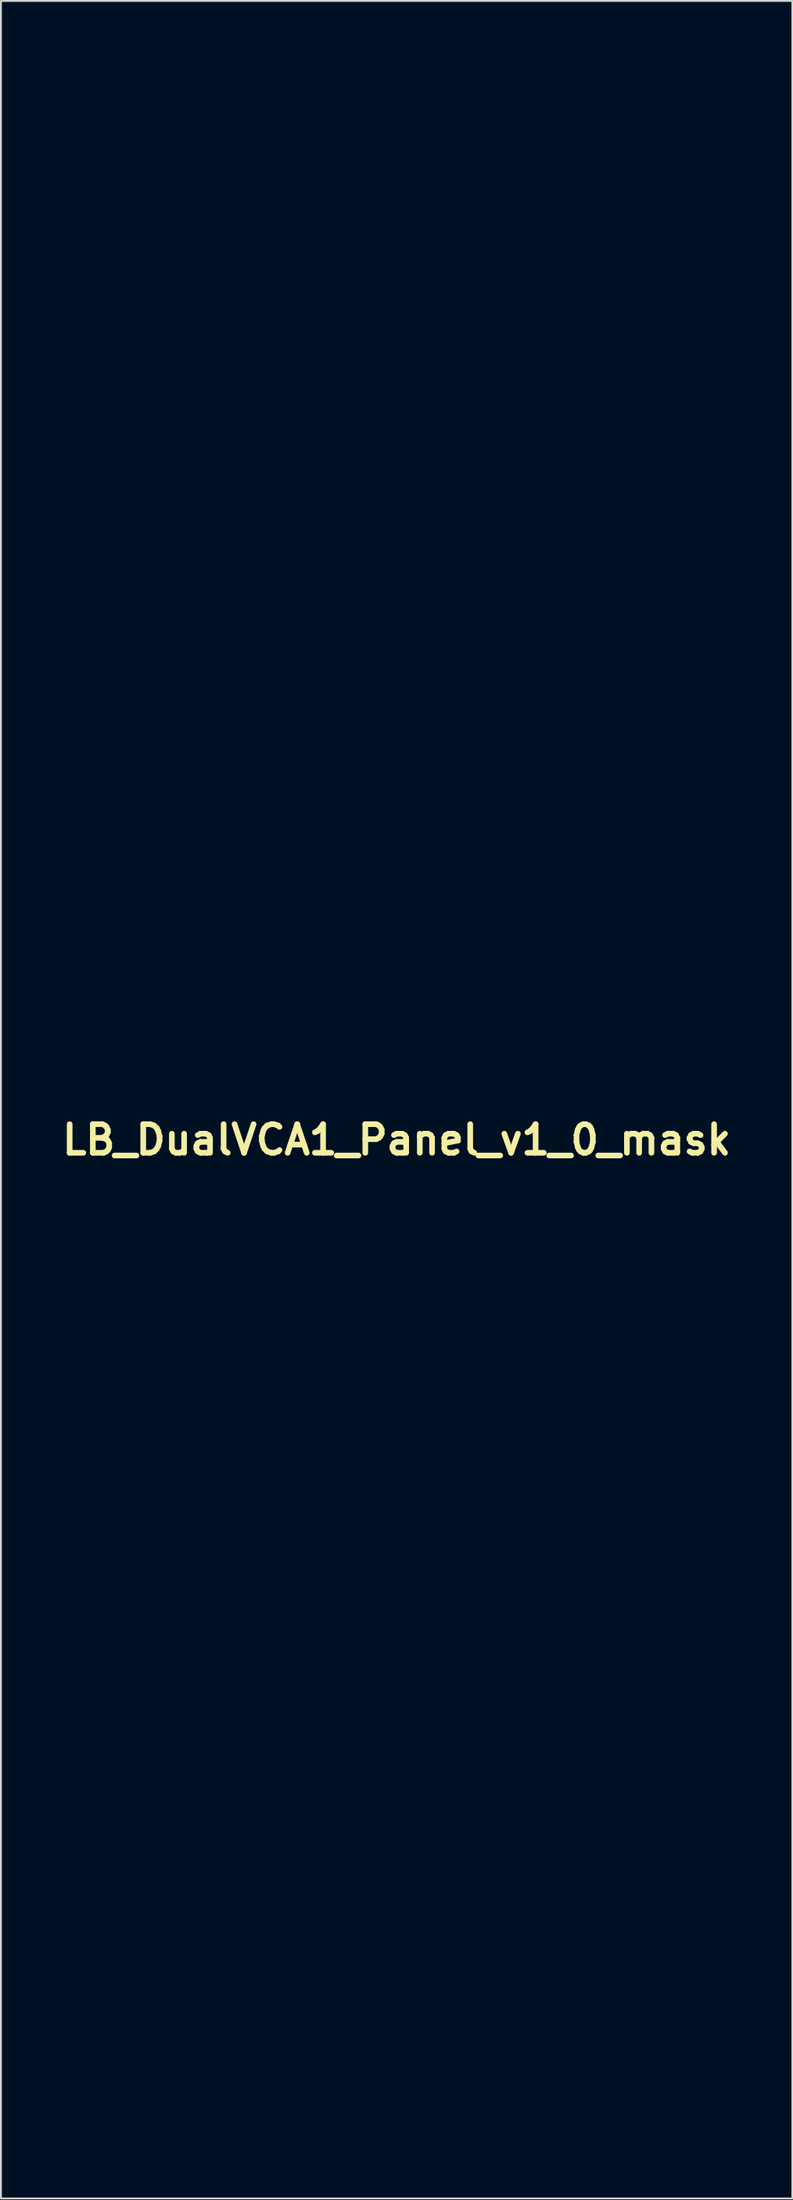
<source format=kicad_pcb>
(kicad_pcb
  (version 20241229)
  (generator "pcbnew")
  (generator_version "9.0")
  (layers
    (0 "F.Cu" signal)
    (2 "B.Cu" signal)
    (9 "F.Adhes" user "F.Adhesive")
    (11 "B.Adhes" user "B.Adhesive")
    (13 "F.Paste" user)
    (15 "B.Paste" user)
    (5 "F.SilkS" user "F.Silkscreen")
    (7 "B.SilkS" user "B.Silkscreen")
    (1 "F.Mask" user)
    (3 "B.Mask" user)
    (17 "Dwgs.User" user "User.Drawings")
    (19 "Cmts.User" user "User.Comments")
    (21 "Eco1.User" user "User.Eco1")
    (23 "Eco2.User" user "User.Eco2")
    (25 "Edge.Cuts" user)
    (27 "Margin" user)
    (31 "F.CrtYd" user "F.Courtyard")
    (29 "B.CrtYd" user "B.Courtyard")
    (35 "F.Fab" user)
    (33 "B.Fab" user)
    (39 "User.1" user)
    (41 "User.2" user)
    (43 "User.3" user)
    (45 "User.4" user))
  (footprint "LB_DualVCA1_Panel_v1_0_mask"
    (layer "F.Cu")
    (at 18.078 57.663)
    (property "Reference" "LB_DualVCA1_Panel_v1_0_mask" (at 0 0 0) (layer "F.SilkS") (effects (font (size 1.524 1.524) (thickness 0.3))))
    (attr through_hole)
    (fp_poly (pts (xy -3.26 -25.612) (xy -3.514 -25.612) (xy -3.514 -27.517) (xy -3.26 -27.517) (xy -3.26 -25.612)) (stroke (width 0.01) (type solid)) (fill yes) (layer "F.Mask"))
    (fp_poly (pts (xy -3.26 30.014) (xy -3.514 30.014) (xy -3.514 28.109) (xy -3.26 28.109) (xy -3.26 30.014)) (stroke (width 0.01) (type solid)) (fill yes) (layer "F.Mask"))
    (fp_poly (pts (xy -2.032 -54.483) (xy -2.286 -54.483) (xy -2.286 -56.388) (xy -2.032 -56.388) (xy -2.032 -54.483)) (stroke (width 0.01) (type solid)) (fill yes) (layer "F.Mask"))
    (fp_poly (pts (xy -2.032 1.058) (xy -2.286 1.058) (xy -2.286 -0.847) (xy -2.032 -0.847) (xy -2.032 1.058)) (stroke (width 0.01) (type solid)) (fill yes) (layer "F.Mask"))
    (fp_poly (pts (xy -1.827 -13.776) (xy -1.725 -13.706) (xy -1.657 -13.578) (xy -1.62 -13.386) (xy -1.609 -13.123) (xy -1.62 -12.858) (xy -1.658 -12.666) (xy -1.726 -12.539) (xy -1.829 -12.47) (xy -1.968 -12.449) (xy -2.084 -12.465) (xy -2.163 -12.5) (xy -2.24 -12.581) (xy -2.29 -12.692) (xy -2.318 -12.851) (xy -2.328 -13.074) (xy -2.328 -13.123) (xy -2.317 -13.389) (xy -2.279 -13.581) (xy -2.211 -13.707) (xy -2.108 -13.777) (xy -1.968 -13.798) (xy -1.827 -13.776)) (stroke (width 0.01) (type solid)) (fill yes) (layer "F.Mask"))
    (fp_poly (pts (xy -1.827 41.85) (xy -1.725 41.92) (xy -1.657 42.048) (xy -1.62 42.24) (xy -1.609 42.503) (xy -1.62 42.768) (xy -1.658 42.96) (xy -1.726 43.087) (xy -1.829 43.156) (xy -1.968 43.177) (xy -2.084 43.161) (xy -2.163 43.126) (xy -2.24 43.045) (xy -2.29 42.934) (xy -2.318 42.775) (xy -2.328 42.552) (xy -2.328 42.503) (xy -2.317 42.237) (xy -2.279 42.045) (xy -2.211 41.919) (xy -2.108 41.849) (xy -1.968 41.828) (xy -1.827 41.85)) (stroke (width 0.01) (type solid)) (fill yes) (layer "F.Mask"))
    (fp_poly (pts (xy -1.524 -25.612) (xy -1.647 -25.612) (xy -1.696 -25.617) (xy -1.743 -25.64) (xy -1.797 -25.692) (xy -1.867 -25.78) (xy -1.96 -25.917) (xy -2.085 -26.112) (xy -2.149 -26.215) (xy -2.285 -26.432) (xy -2.414 -26.639) (xy -2.525 -26.819) (xy -2.608 -26.955) (xy -2.64 -27.009) (xy -2.751 -27.199) (xy -2.751 -26.405) (xy -2.752 -25.612) (xy -2.963 -25.612) (xy -2.963 -27.517) (xy -2.826 -27.516) (xy -2.773 -27.512) (xy -2.726 -27.494) (xy -2.675 -27.452) (xy -2.613 -27.376) (xy -2.53 -27.255) (xy -2.418 -27.08) (xy -2.313 -26.913) (xy -2.18 -26.697) (xy -2.054 -26.494) (xy -1.947 -26.32) (xy -1.868 -26.19) (xy -1.838 -26.141) (xy -1.738 -25.971) (xy -1.737 -26.744) (xy -1.736 -27.517) (xy -1.524 -27.517) (xy -1.524 -25.612)) (stroke (width 0.01) (type solid)) (fill yes) (layer "F.Mask"))
    (fp_poly (pts (xy -1.524 30.014) (xy -1.647 30.014) (xy -1.696 30.009) (xy -1.743 29.986) (xy -1.797 29.934) (xy -1.867 29.846) (xy -1.96 29.709) (xy -2.085 29.514) (xy -2.149 29.411) (xy -2.285 29.194) (xy -2.414 28.987) (xy -2.525 28.807) (xy -2.608 28.671) (xy -2.64 28.617) (xy -2.751 28.427) (xy -2.751 29.221) (xy -2.752 30.014) (xy -2.963 30.014) (xy -2.963 28.109) (xy -2.826 28.11) (xy -2.773 28.114) (xy -2.726 28.132) (xy -2.675 28.174) (xy -2.613 28.25) (xy -2.53 28.371) (xy -2.418 28.546) (xy -2.313 28.713) (xy -2.18 28.929) (xy -2.054 29.132) (xy -1.947 29.306) (xy -1.868 29.436) (xy -1.838 29.485) (xy -1.738 29.654) (xy -1.737 28.882) (xy -1.736 28.109) (xy -1.524 28.109) (xy -1.524 30.014)) (stroke (width 0.01) (type solid)) (fill yes) (layer "F.Mask"))
    (fp_poly (pts (xy -2.57 -40.371) (xy -2.416 -40.347) (xy -2.331 -40.312) (xy -2.303 -40.256) (xy -2.313 -40.185) (xy -2.344 -40.12) (xy -2.4 -40.126) (xy -2.423 -40.138) (xy -2.511 -40.16) (xy -2.648 -40.17) (xy -2.77 -40.167) (xy -3.023 -40.12) (xy -3.217 -40.013) (xy -3.352 -39.847) (xy -3.429 -39.619) (xy -3.45 -39.37) (xy -3.424 -39.112) (xy -3.341 -38.908) (xy -3.196 -38.745) (xy -3.161 -38.718) (xy -3.083 -38.672) (xy -2.988 -38.644) (xy -2.853 -38.632) (xy -2.696 -38.629) (xy -2.498 -38.624) (xy -2.372 -38.604) (xy -2.306 -38.568) (xy -2.287 -38.515) (xy -2.324 -38.482) (xy -2.421 -38.448) (xy -2.551 -38.42) (xy -2.69 -38.403) (xy -2.773 -38.401) (xy -2.934 -38.416) (xy -3.098 -38.446) (xy -3.108 -38.449) (xy -3.298 -38.538) (xy -3.472 -38.69) (xy -3.608 -38.882) (xy -3.682 -39.071) (xy -3.719 -39.377) (xy -3.682 -39.658) (xy -3.579 -39.906) (xy -3.418 -40.11) (xy -3.206 -40.263) (xy -2.951 -40.355) (xy -2.66 -40.379) (xy -2.57 -40.371)) (stroke (width 0.01) (type solid)) (fill yes) (layer "F.Mask"))
    (fp_poly (pts (xy -2.57 15.255) (xy -2.416 15.279) (xy -2.331 15.314) (xy -2.303 15.37) (xy -2.313 15.441) (xy -2.344 15.506) (xy -2.4 15.5) (xy -2.423 15.488) (xy -2.511 15.466) (xy -2.648 15.456) (xy -2.77 15.459) (xy -3.023 15.506) (xy -3.217 15.613) (xy -3.352 15.779) (xy -3.429 16.007) (xy -3.45 16.256) (xy -3.424 16.514) (xy -3.341 16.718) (xy -3.196 16.881) (xy -3.161 16.908) (xy -3.083 16.954) (xy -2.988 16.982) (xy -2.853 16.994) (xy -2.696 16.997) (xy -2.498 17.002) (xy -2.372 17.022) (xy -2.306 17.058) (xy -2.287 17.111) (xy -2.324 17.144) (xy -2.421 17.178) (xy -2.551 17.206) (xy -2.69 17.223) (xy -2.773 17.225) (xy -2.934 17.21) (xy -3.098 17.18) (xy -3.108 17.177) (xy -3.298 17.088) (xy -3.472 16.936) (xy -3.608 16.744) (xy -3.682 16.555) (xy -3.719 16.249) (xy -3.682 15.968) (xy -3.579 15.72) (xy -3.418 15.516) (xy -3.206 15.363) (xy -2.951 15.271) (xy -2.66 15.247) (xy -2.57 15.255)) (stroke (width 0.01) (type solid)) (fill yes) (layer "F.Mask"))
    (fp_poly (pts (xy -0.621 -55.435) (xy -0.301 -54.478) (xy -0.433 -54.491) (xy -0.505 -54.505) (xy -0.556 -54.541) (xy -0.599 -54.619) (xy -0.649 -54.756) (xy -0.656 -54.779) (xy -0.748 -55.054) (xy -1.091 -55.067) (xy -1.433 -55.079) (xy -1.529 -54.781) (xy -1.581 -54.627) (xy -1.622 -54.538) (xy -1.665 -54.496) (xy -1.721 -54.483) (xy -1.744 -54.483) (xy -1.831 -54.499) (xy -1.86 -54.536) (xy -1.846 -54.59) (xy -1.808 -54.711) (xy -1.751 -54.888) (xy -1.677 -55.109) (xy -1.619 -55.277) (xy -1.356 -55.277) (xy -1.318 -55.257) (xy -1.223 -55.247) (xy -1.101 -55.245) (xy -0.978 -55.252) (xy -0.884 -55.267) (xy -0.847 -55.289) (xy -0.847 -55.289) (xy -0.858 -55.352) (xy -0.889 -55.468) (xy -0.932 -55.614) (xy -0.981 -55.771) (xy -1.029 -55.916) (xy -1.069 -56.028) (xy -1.095 -56.087) (xy -1.1 -56.091) (xy -1.119 -56.054) (xy -1.155 -55.956) (xy -1.201 -55.819) (xy -1.251 -55.663) (xy -1.297 -55.51) (xy -1.334 -55.38) (xy -1.354 -55.295) (xy -1.356 -55.277) (xy -1.619 -55.277) (xy -1.591 -55.36) (xy -1.55 -55.478) (xy -1.243 -56.367) (xy -0.94 -56.393) (xy -0.621 -55.435)) (stroke (width 0.01) (type solid)) (fill yes) (layer "F.Mask"))
    (fp_poly (pts (xy -0.301 1.063) (xy -0.433 1.05) (xy -0.505 1.036) (xy -0.556 1) (xy -0.599 0.923) (xy -0.649 0.785) (xy -0.656 0.762) (xy -0.748 0.487) (xy -1.091 0.475) (xy -1.433 0.462) (xy -1.529 0.76) (xy -1.581 0.914) (xy -1.622 1.003) (xy -1.665 1.045) (xy -1.721 1.058) (xy -1.744 1.058) (xy -1.831 1.042) (xy -1.86 1.005) (xy -1.846 0.951) (xy -1.808 0.83) (xy -1.751 0.653) (xy -1.677 0.433) (xy -1.619 0.265) (xy -1.356 0.265) (xy -1.318 0.284) (xy -1.223 0.295) (xy -1.101 0.296) (xy -0.978 0.289) (xy -0.884 0.274) (xy -0.847 0.253) (xy -0.847 0.252) (xy -0.858 0.189) (xy -0.889 0.073) (xy -0.932 -0.073) (xy -0.981 -0.229) (xy -1.029 -0.374) (xy -1.069 -0.487) (xy -1.095 -0.546) (xy -1.1 -0.55) (xy -1.119 -0.512) (xy -1.155 -0.415) (xy -1.201 -0.277) (xy -1.251 -0.122) (xy -1.297 0.031) (xy -1.334 0.161) (xy -1.354 0.246) (xy -1.356 0.265) (xy -1.619 0.265) (xy -1.591 0.182) (xy -1.55 0.064) (xy -1.243 -0.826) (xy -1.091 -0.838) (xy -0.94 -0.851) (xy -0.301 1.063)) (stroke (width 0.01) (type solid)) (fill yes) (layer "F.Mask"))
    (fp_poly (pts (xy 0.503 -56.416) (xy 0.664 -56.394) (xy 0.754 -56.36) (xy 0.786 -56.307) (xy 0.778 -56.231) (xy 0.747 -56.168) (xy 0.688 -56.166) (xy 0.649 -56.179) (xy 0.46 -56.222) (xy 0.289 -56.209) (xy 0.152 -56.145) (xy 0.065 -56.039) (xy 0.042 -55.93) (xy 0.069 -55.817) (xy 0.155 -55.713) (xy 0.309 -55.61) (xy 0.475 -55.529) (xy 0.691 -55.4) (xy 0.827 -55.242) (xy 0.884 -55.058) (xy 0.86 -54.848) (xy 0.827 -54.755) (xy 0.726 -54.616) (xy 0.565 -54.515) (xy 0.365 -54.458) (xy 0.143 -54.45) (xy -0.082 -54.496) (xy -0.085 -54.497) (xy -0.187 -54.546) (xy -0.22 -54.604) (xy -0.218 -54.632) (xy -0.199 -54.709) (xy -0.16 -54.733) (xy -0.077 -54.713) (xy -0.038 -54.7) (xy 0.168 -54.655) (xy 0.353 -54.665) (xy 0.502 -54.725) (xy 0.601 -54.828) (xy 0.635 -54.965) (xy 0.624 -55.072) (xy 0.583 -55.158) (xy 0.499 -55.238) (xy 0.357 -55.325) (xy 0.232 -55.39) (xy 0.001 -55.532) (xy -0.146 -55.684) (xy -0.211 -55.847) (xy -0.193 -56.024) (xy -0.126 -56.168) (xy 0.011 -56.315) (xy 0.202 -56.4) (xy 0.441 -56.421) (xy 0.503 -56.416)) (stroke (width 0.01) (type solid)) (fill yes) (layer "F.Mask"))
    (fp_poly (pts (xy 0.503 -0.875) (xy 0.664 -0.852) (xy 0.754 -0.819) (xy 0.786 -0.765) (xy 0.778 -0.69) (xy 0.747 -0.627) (xy 0.688 -0.625) (xy 0.649 -0.638) (xy 0.46 -0.681) (xy 0.289 -0.667) (xy 0.152 -0.604) (xy 0.065 -0.497) (xy 0.042 -0.388) (xy 0.069 -0.276) (xy 0.155 -0.172) (xy 0.309 -0.069) (xy 0.475 0.012) (xy 0.691 0.142) (xy 0.827 0.299) (xy 0.884 0.483) (xy 0.86 0.693) (xy 0.827 0.786) (xy 0.726 0.925) (xy 0.565 1.026) (xy 0.365 1.084) (xy 0.143 1.092) (xy -0.082 1.045) (xy -0.085 1.044) (xy -0.187 0.996) (xy -0.22 0.937) (xy -0.218 0.909) (xy -0.199 0.832) (xy -0.16 0.809) (xy -0.077 0.828) (xy -0.038 0.842) (xy 0.168 0.886) (xy 0.353 0.876) (xy 0.502 0.817) (xy 0.601 0.713) (xy 0.635 0.577) (xy 0.624 0.469) (xy 0.583 0.383) (xy 0.499 0.303) (xy 0.357 0.216) (xy 0.232 0.151) (xy 0.001 0.009) (xy -0.146 -0.142) (xy -0.211 -0.306) (xy -0.193 -0.483) (xy -0.126 -0.627) (xy 0.011 -0.774) (xy 0.202 -0.859) (xy 0.441 -0.88) (xy 0.503 -0.875)) (stroke (width 0.01) (type solid)) (fill yes) (layer "F.Mask"))
    (fp_poly (pts (xy -2.058 -40.33) (xy -2.029 -40.285) (xy -1.982 -40.172) (xy -1.921 -40.004) (xy -1.85 -39.794) (xy -1.782 -39.575) (xy -1.709 -39.336) (xy -1.644 -39.123) (xy -1.591 -38.949) (xy -1.554 -38.829) (xy -1.539 -38.779) (xy -1.521 -38.797) (xy -1.481 -38.886) (xy -1.424 -39.034) (xy -1.353 -39.229) (xy -1.274 -39.462) (xy -1.255 -39.519) (xy -0.99 -40.322) (xy -0.851 -40.336) (xy -0.758 -40.338) (xy -0.729 -40.313) (xy -0.737 -40.273) (xy -0.758 -40.211) (xy -0.803 -40.083) (xy -0.868 -39.901) (xy -0.948 -39.677) (xy -1.038 -39.425) (xy -1.073 -39.328) (xy -1.175 -39.044) (xy -1.254 -38.83) (xy -1.314 -38.675) (xy -1.36 -38.57) (xy -1.399 -38.505) (xy -1.434 -38.469) (xy -1.471 -38.453) (xy -1.514 -38.447) (xy -1.518 -38.447) (xy -1.629 -38.454) (xy -1.678 -38.503) (xy -1.699 -38.563) (xy -1.742 -38.69) (xy -1.803 -38.872) (xy -1.877 -39.096) (xy -1.96 -39.35) (xy -1.993 -39.448) (xy -2.087 -39.735) (xy -2.156 -39.951) (xy -2.203 -40.108) (xy -2.229 -40.214) (xy -2.238 -40.28) (xy -2.232 -40.316) (xy -2.212 -40.332) (xy -2.195 -40.336) (xy -2.099 -40.339) (xy -2.058 -40.33)) (stroke (width 0.01) (type solid)) (fill yes) (layer "F.Mask"))
    (fp_poly (pts (xy -2.058 15.296) (xy -2.029 15.341) (xy -1.982 15.454) (xy -1.921 15.622) (xy -1.85 15.832) (xy -1.782 16.051) (xy -1.709 16.29) (xy -1.644 16.503) (xy -1.591 16.677) (xy -1.554 16.797) (xy -1.539 16.847) (xy -1.521 16.829) (xy -1.481 16.74) (xy -1.424 16.592) (xy -1.353 16.397) (xy -1.274 16.164) (xy -1.255 16.107) (xy -0.99 15.303) (xy -0.851 15.29) (xy -0.758 15.288) (xy -0.729 15.313) (xy -0.737 15.353) (xy -0.758 15.415) (xy -0.803 15.543) (xy -0.868 15.725) (xy -0.948 15.949) (xy -1.038 16.201) (xy -1.073 16.298) (xy -1.175 16.582) (xy -1.254 16.796) (xy -1.314 16.951) (xy -1.36 17.056) (xy -1.399 17.121) (xy -1.434 17.157) (xy -1.471 17.173) (xy -1.514 17.179) (xy -1.518 17.179) (xy -1.629 17.172) (xy -1.678 17.123) (xy -1.699 17.063) (xy -1.742 16.936) (xy -1.803 16.754) (xy -1.877 16.53) (xy -1.96 16.276) (xy -1.993 16.178) (xy -2.087 15.891) (xy -2.156 15.675) (xy -2.203 15.518) (xy -2.229 15.412) (xy -2.238 15.346) (xy -2.232 15.31) (xy -2.212 15.294) (xy -2.195 15.29) (xy -2.099 15.287) (xy -2.058 15.296)) (stroke (width 0.01) (type solid)) (fill yes) (layer "F.Mask"))
    (fp_poly (pts (xy -3.239 -56.387) (xy -2.962 -56.364) (xy -2.75 -56.293) (xy -2.605 -56.176) (xy -2.531 -56.017) (xy -2.521 -55.916) (xy -2.537 -55.78) (xy -2.599 -55.678) (xy -2.647 -55.632) (xy -2.774 -55.52) (xy -2.615 -55.368) (xy -2.513 -55.257) (xy -2.465 -55.158) (xy -2.455 -55.059) (xy -2.491 -54.851) (xy -2.591 -54.683) (xy -2.719 -54.584) (xy -2.815 -54.552) (xy -2.96 -54.524) (xy -3.131 -54.502) (xy -3.304 -54.488) (xy -3.458 -54.484) (xy -3.568 -54.491) (xy -3.609 -54.507) (xy -3.618 -54.557) (xy -3.627 -54.679) (xy -3.633 -54.86) (xy -3.638 -55.067) (xy -3.387 -55.067) (xy -3.383 -54.9) (xy -3.374 -54.766) (xy -3.36 -54.687) (xy -3.355 -54.677) (xy -3.29 -54.659) (xy -3.176 -54.665) (xy -3.041 -54.689) (xy -2.917 -54.726) (xy -2.85 -54.759) (xy -2.753 -54.868) (xy -2.714 -55.009) (xy -2.735 -55.156) (xy -2.814 -55.279) (xy -2.853 -55.309) (xy -2.954 -55.353) (xy -3.097 -55.389) (xy -3.17 -55.4) (xy -3.387 -55.426) (xy -3.387 -55.067) (xy -3.638 -55.067) (xy -3.638 -55.087) (xy -3.641 -55.347) (xy -3.641 -55.438) (xy -3.641 -55.745) (xy -3.64 -55.879) (xy -3.387 -55.879) (xy -3.387 -55.584) (xy -3.207 -55.584) (xy -3.065 -55.597) (xy -2.942 -55.629) (xy -2.922 -55.638) (xy -2.812 -55.736) (xy -2.762 -55.872) (xy -2.781 -56.016) (xy -2.785 -56.024) (xy -2.862 -56.108) (xy -2.992 -56.172) (xy -3.143 -56.207) (xy -3.284 -56.2) (xy -3.287 -56.2) (xy -3.339 -56.18) (xy -3.369 -56.141) (xy -3.383 -56.062) (xy -3.387 -55.924) (xy -3.387 -55.879) (xy -3.64 -55.879) (xy -3.64 -55.978) (xy -3.632 -56.147) (xy -3.614 -56.262) (xy -3.581 -56.333) (xy -3.529 -56.371) (xy -3.453 -56.386) (xy -3.349 -56.388) (xy -3.239 -56.387)) (stroke (width 0.01) (type solid)) (fill yes) (layer "F.Mask"))
    (fp_poly (pts (xy -3.239 -0.846) (xy -2.962 -0.822) (xy -2.75 -0.751) (xy -2.605 -0.635) (xy -2.531 -0.475) (xy -2.521 -0.374) (xy -2.537 -0.238) (xy -2.599 -0.137) (xy -2.647 -0.091) (xy -2.774 0.021) (xy -2.615 0.173) (xy -2.513 0.285) (xy -2.465 0.383) (xy -2.455 0.482) (xy -2.491 0.69) (xy -2.591 0.858) (xy -2.719 0.958) (xy -2.815 0.99) (xy -2.96 1.017) (xy -3.131 1.039) (xy -3.304 1.054) (xy -3.458 1.058) (xy -3.568 1.05) (xy -3.609 1.035) (xy -3.618 0.984) (xy -3.627 0.862) (xy -3.633 0.681) (xy -3.638 0.474) (xy -3.387 0.474) (xy -3.383 0.641) (xy -3.374 0.775) (xy -3.36 0.854) (xy -3.355 0.865) (xy -3.29 0.882) (xy -3.176 0.876) (xy -3.041 0.852) (xy -2.917 0.815) (xy -2.85 0.782) (xy -2.753 0.673) (xy -2.714 0.532) (xy -2.735 0.386) (xy -2.814 0.263) (xy -2.853 0.232) (xy -2.954 0.188) (xy -3.097 0.152) (xy -3.17 0.141) (xy -3.387 0.115) (xy -3.387 0.474) (xy -3.638 0.474) (xy -3.638 0.454) (xy -3.641 0.195) (xy -3.641 0.104) (xy -3.641 -0.204) (xy -3.64 -0.338) (xy -3.387 -0.338) (xy -3.387 -0.042) (xy -3.207 -0.043) (xy -3.065 -0.056) (xy -2.942 -0.088) (xy -2.922 -0.097) (xy -2.812 -0.195) (xy -2.762 -0.331) (xy -2.781 -0.475) (xy -2.785 -0.483) (xy -2.862 -0.566) (xy -2.992 -0.631) (xy -3.143 -0.665) (xy -3.284 -0.659) (xy -3.287 -0.659) (xy -3.339 -0.639) (xy -3.369 -0.6) (xy -3.383 -0.521) (xy -3.387 -0.382) (xy -3.387 -0.338) (xy -3.64 -0.338) (xy -3.64 -0.437) (xy -3.632 -0.606) (xy -3.614 -0.721) (xy -3.581 -0.792) (xy -3.529 -0.83) (xy -3.453 -0.845) (xy -3.349 -0.847) (xy -3.239 -0.846)) (stroke (width 0.01) (type solid)) (fill yes) (layer "F.Mask"))
    (fp_poly (pts (xy 1.378 -57.658) (xy 1.952 -57.658) (xy 2.455 -57.657) (xy 2.893 -57.655) (xy 3.269 -57.653) (xy 3.59 -57.649) (xy 3.859 -57.644) (xy 4.081 -57.637) (xy 4.261 -57.628) (xy 4.404 -57.617) (xy 4.515 -57.604) (xy 4.597 -57.588) (xy 4.657 -57.57) (xy 4.698 -57.548) (xy 4.726 -57.523) (xy 4.745 -57.495) (xy 4.76 -57.463) (xy 4.775 -57.426) (xy 4.775 -57.426) (xy 4.779 -57.401) (xy 4.782 -57.338) (xy 4.786 -57.237) (xy 4.789 -57.097) (xy 4.792 -56.915) (xy 4.794 -56.69) (xy 4.797 -56.421) (xy 4.8 -56.107) (xy 4.802 -55.744) (xy 4.804 -55.333) (xy 4.806 -54.872) (xy 4.808 -54.358) (xy 4.81 -53.791) (xy 4.812 -53.169) (xy 4.814 -52.49) (xy 4.815 -51.754) (xy 4.816 -50.957) (xy 4.818 -50.1) (xy 4.819 -49.18) (xy 4.82 -48.196) (xy 4.821 -47.146) (xy 4.822 -46.029) (xy 4.823 -44.843) (xy 4.823 -43.587) (xy 4.824 -42.26) (xy 4.825 -40.858) (xy 4.825 -39.383) (xy 4.825 -37.83) (xy 4.826 -36.2) (xy 4.826 -34.491) (xy 4.826 -32.7) (xy 4.826 -30.827) (xy 4.826 -29.947) (xy 4.826 -28.107) (xy 4.826 -26.35) (xy 4.826 -24.674) (xy 4.826 -23.077) (xy 4.826 -21.558) (xy 4.825 -20.113) (xy 4.825 -18.742) (xy 4.825 -17.443) (xy 4.824 -16.213) (xy 4.824 -15.051) (xy 4.823 -13.955) (xy 4.823 -12.923) (xy 4.822 -11.954) (xy 4.821 -11.045) (xy 4.82 -10.194) (xy 4.819 -9.4) (xy 4.818 -8.66) (xy 4.817 -7.973) (xy 4.816 -7.338) (xy 4.814 -6.751) (xy 4.813 -6.212) (xy 4.811 -5.718) (xy 4.809 -5.268) (xy 4.807 -4.859) (xy 4.805 -4.49) (xy 4.803 -4.159) (xy 4.801 -3.864) (xy 4.799 -3.604) (xy 4.796 -3.375) (xy 4.793 -3.177) (xy 4.79 -3.007) (xy 4.787 -2.864) (xy 4.784 -2.746) (xy 4.781 -2.651) (xy 4.777 -2.577) (xy 4.773 -2.522) (xy 4.769 -2.484) (xy 4.765 -2.462) (xy 4.763 -2.456) (xy 4.693 -2.362) (xy 4.615 -2.307) (xy 4.54 -2.264) (xy 4.548 -2.215) (xy 4.615 -2.18) (xy 4.694 -2.125) (xy 4.763 -2.031) (xy 4.767 -2.016) (xy 4.771 -1.987) (xy 4.775 -1.941) (xy 4.779 -1.877) (xy 4.782 -1.793) (xy 4.786 -1.686) (xy 4.789 -1.557) (xy 4.792 -1.401) (xy 4.795 -1.218) (xy 4.797 -1.005) (xy 4.8 -0.761) (xy 4.802 -0.484) (xy 4.804 -0.172) (xy 4.806 0.177) (xy 4.808 0.565) (xy 4.81 0.993) (xy 4.812 1.464) (xy 4.813 1.979) (xy 4.815 2.541) (xy 4.816 3.15) (xy 4.818 3.81) (xy 4.819 4.521) (xy 4.82 5.286) (xy 4.821 6.107) (xy 4.821 6.985) (xy 4.822 7.922) (xy 4.823 8.921) (xy 4.823 9.982) (xy 4.824 11.109) (xy 4.824 12.302) (xy 4.825 13.564) (xy 4.825 14.896) (xy 4.825 16.301) (xy 4.826 17.78) (xy 4.826 19.335) (xy 4.826 20.968) (xy 4.826 22.681) (xy 4.826 24.476) (xy 4.826 25.565) (xy 4.826 27.48) (xy 4.826 29.312) (xy 4.826 31.061) (xy 4.825 32.731) (xy 4.825 34.323) (xy 4.825 35.837) (xy 4.824 37.275) (xy 4.824 38.64) (xy 4.823 39.932) (xy 4.822 41.153) (xy 4.821 42.305) (xy 4.82 43.389) (xy 4.819 44.406) (xy 4.818 45.359) (xy 4.817 46.248) (xy 4.816 47.075) (xy 4.814 47.842) (xy 4.813 48.55) (xy 4.811 49.201) (xy 4.809 49.796) (xy 4.807 50.337) (xy 4.805 50.825) (xy 4.803 51.262) (xy 4.801 51.649) (xy 4.798 51.989) (xy 4.796 52.281) (xy 4.793 52.528) (xy 4.79 52.732) (xy 4.787 52.894) (xy 4.784 53.015) (xy 4.781 53.097) (xy 4.777 53.142) (xy 4.775 53.151) (xy 4.76 53.187) (xy 4.745 53.219) (xy 4.726 53.247) (xy 4.699 53.272) (xy 4.657 53.294) (xy 4.598 53.313) (xy 4.516 53.328) (xy 4.405 53.342) (xy 4.263 53.352) (xy 4.083 53.361) (xy 3.861 53.368) (xy 3.593 53.373) (xy 3.273 53.377) (xy 2.897 53.379) (xy 2.46 53.381) (xy 1.957 53.381) (xy 1.384 53.381) (xy 0.736 53.381) (xy 0.008 53.381) (xy -0.008 53.381) (xy -0.747 53.38) (xy -1.404 53.38) (xy -1.986 53.378) (xy -2.496 53.377) (xy -2.939 53.375) (xy -3.319 53.372) (xy -3.64 53.369) (xy -3.907 53.365) (xy -4.123 53.36) (xy -4.295 53.355) (xy -4.424 53.348) (xy -4.517 53.341) (xy -4.577 53.333) (xy -4.609 53.324) (xy -4.61 53.323) (xy -4.71 53.241) (xy -4.767 53.166) (xy -4.771 53.148) (xy -4.774 53.105) (xy -4.778 53.038) (xy -4.781 52.942) (xy -4.784 52.818) (xy -4.787 52.663) (xy -4.79 52.475) (xy -4.793 52.253) (xy -4.796 51.995) (xy -4.798 51.699) (xy -4.8 51.363) (xy -4.802 50.986) (xy -4.804 50.566) (xy -4.806 50.101) (xy -4.808 49.589) (xy -4.81 49.029) (xy -4.811 48.419) (xy -4.812 48.324) (xy -3.64 48.324) (xy -3.601 48.817) (xy -3.488 49.311) (xy -3.31 49.789) (xy -3.071 50.238) (xy -2.779 50.644) (xy -2.44 50.992) (xy -2.338 51.078) (xy -1.876 51.393) (xy -1.384 51.634) (xy -0.868 51.798) (xy -0.338 51.884) (xy 0.2 51.889) (xy 0.593 51.84) (xy 1.115 51.704) (xy 1.605 51.495) (xy 2.054 51.22) (xy 2.457 50.885) (xy 2.806 50.497) (xy 3.096 50.062) (xy 3.319 49.586) (xy 3.469 49.076) (xy 3.473 49.059) (xy 3.543 48.519) (xy 3.532 47.985) (xy 3.444 47.467) (xy 3.282 46.97) (xy 3.049 46.504) (xy 2.749 46.075) (xy 2.386 45.692) (xy 1.963 45.361) (xy 1.738 45.223) (xy 1.241 44.988) (xy 0.726 44.834) (xy 0.2 44.759) (xy -0.328 44.763) (xy -0.852 44.845) (xy -1.363 45.004) (xy -1.854 45.241) (xy -2.318 45.554) (xy -2.338 45.569) (xy -2.688 45.899) (xy -2.994 46.29) (xy -3.248 46.728) (xy -3.445 47.2) (xy -3.576 47.69) (xy -3.636 48.186) (xy -3.64 48.324) (xy -4.812 48.324) (xy -4.813 47.756) (xy -4.814 47.04) (xy -4.815 46.269) (xy -4.817 45.441) (xy -4.818 44.553) (xy -4.819 43.605) (xy -4.82 42.595) (xy -4.82 42.416) (xy -2.745 42.416) (xy -2.743 42.744) (xy -2.711 43.003) (xy -2.644 43.204) (xy -2.538 43.359) (xy -2.387 43.478) (xy -2.318 43.516) (xy -2.089 43.588) (xy -1.845 43.586) (xy -1.612 43.512) (xy -1.533 43.466) (xy -1.409 43.37) (xy -1.32 43.261) (xy -1.26 43.123) (xy -1.225 42.942) (xy -1.209 42.702) (xy -1.206 42.503) (xy -1.213 42.216) (xy -1.235 41.998) (xy -1.277 41.833) (xy -1.347 41.706) (xy -1.447 41.602) (xy -1.538 41.536) (xy -1.662 41.467) (xy -1.667 41.465) (xy -0.953 41.465) (xy -0.953 42.249) (xy -0.952 42.524) (xy -0.95 42.73) (xy -0.944 42.879) (xy -0.934 42.986) (xy -0.916 43.066) (xy -0.89 43.132) (xy -0.854 43.2) (xy -0.838 43.227) (xy -0.75 43.353) (xy -0.645 43.446) (xy -0.497 43.527) (xy -0.381 43.576) (xy -0.266 43.594) (xy -0.106 43.584) (xy 0.066 43.553) (xy 0.215 43.503) (xy 0.224 43.499) (xy 0.387 43.378) (xy 0.499 43.227) (xy 0.539 43.156) (xy 0.569 43.091) (xy 0.589 43.018) (xy 0.602 42.923) (xy 0.61 42.791) (xy 0.613 42.608) (xy 0.614 42.36) (xy 0.614 42.249) (xy 0.614 41.465) (xy 0.233 41.465) (xy 0.212 42.214) (xy 0.204 42.483) (xy 0.195 42.681) (xy 0.185 42.821) (xy 0.171 42.917) (xy 0.152 42.982) (xy 0.124 43.029) (xy 0.088 43.071) (xy -0.035 43.158) (xy -0.169 43.18) (xy -0.32 43.151) (xy -0.427 43.071) (xy -0.464 43.028) (xy -0.491 42.981) (xy -0.51 42.915) (xy -0.524 42.818) (xy -0.534 42.677) (xy -0.542 42.477) (xy -0.55 42.214) (xy -0.572 41.465) (xy -0.953 41.465) (xy -1.667 41.465) (xy -1.746 41.444) (xy 0.757 41.444) (xy 0.77 41.645) (xy 0.783 41.846) (xy 1.027 41.859) (xy 1.27 41.872) (xy 1.27 42.688) (xy 1.271 42.943) (xy 1.276 43.169) (xy 1.282 43.351) (xy 1.29 43.478) (xy 1.299 43.534) (xy 1.3 43.535) (xy 1.358 43.551) (xy 1.465 43.554) (xy 1.501 43.552) (xy 1.672 43.54) (xy 1.684 42.706) (xy 1.695 41.872) (xy 2.18 41.846) (xy 2.193 41.645) (xy 2.206 41.444) (xy 0.757 41.444) (xy -1.746 41.444) (xy -1.789 41.433) (xy -1.959 41.423) (xy -1.968 41.423) (xy -2.141 41.432) (xy -2.269 41.465) (xy -2.393 41.532) (xy -2.399 41.536) (xy -2.532 41.643) (xy -2.628 41.771) (xy -2.691 41.936) (xy -2.728 42.154) (xy -2.745 42.416) (xy -4.82 42.416) (xy -4.82 41.52) (xy -4.821 40.38) (xy -4.822 39.171) (xy -4.822 37.894) (xy -4.823 36.545) (xy -4.823 35.123) (xy -4.824 33.626) (xy -4.824 32.053) (xy -4.824 30.402) (xy -4.824 28.671) (xy -4.824 28.083) (xy -4.521 28.083) (xy -4.521 29.216) (xy -4.521 30.31) (xy -4.521 31.362) (xy -4.521 32.37) (xy -4.52 33.331) (xy -4.52 34.244) (xy -4.519 35.104) (xy -4.519 35.91) (xy -4.518 36.659) (xy -4.517 37.349) (xy -4.516 37.977) (xy -4.516 38.541) (xy -4.515 39.038) (xy -4.513 39.465) (xy -4.512 39.82) (xy -4.511 40.101) (xy -4.51 40.305) (xy -4.508 40.429) (xy -4.507 40.471) (xy -4.459 40.45) (xy -4.375 40.399) (xy -4.371 40.397) (xy -4.349 40.384) (xy -4.317 40.374) (xy -4.272 40.364) (xy -4.207 40.356) (xy -4.119 40.349) (xy -4.001 40.343) (xy -3.85 40.338) (xy -3.66 40.334) (xy -3.425 40.331) (xy -3.142 40.328) (xy -2.805 40.326) (xy -2.409 40.324) (xy -1.949 40.323) (xy -1.42 40.323) (xy -0.817 40.323) (xy -0.135 40.323) (xy -0.023 40.322) (xy 4.213 40.322) (xy 4.361 40.416) (xy 4.508 40.51) (xy 4.519 19.334) (xy 4.52 17.999) (xy 4.521 16.685) (xy 4.521 15.394) (xy 4.521 14.13) (xy 4.522 12.895) (xy 4.522 11.691) (xy 4.522 10.521) (xy 4.522 9.387) (xy 4.522 8.293) (xy 4.522 7.239) (xy 4.522 6.23) (xy 4.521 5.267) (xy 4.521 4.354) (xy 4.521 3.492) (xy 4.52 2.684) (xy 4.52 1.933) (xy 4.519 1.242) (xy 4.518 0.612) (xy 4.517 0.047) (xy 4.517 -0.452) (xy 4.516 -0.881) (xy 4.515 -1.238) (xy 4.514 -1.52) (xy 4.512 -1.725) (xy 4.511 -1.851) (xy 4.51 -1.895) (xy 4.491 -1.903) (xy 4.439 -1.911) (xy 4.35 -1.918) (xy 4.22 -1.923) (xy 4.045 -1.928) (xy 3.82 -1.932) (xy 3.541 -1.935) (xy 3.205 -1.938) (xy 2.808 -1.939) (xy 2.345 -1.94) (xy 1.813 -1.94) (xy 1.207 -1.939) (xy 0.523 -1.938) (xy -0.009 -1.937) (xy -4.508 -1.926) (xy -4.519 19.272) (xy -4.52 20.608) (xy -4.52 21.922) (xy -4.521 23.212) (xy -4.521 24.476) (xy -4.521 25.711) (xy -4.521 26.914) (xy -4.521 28.083) (xy -4.824 28.083) (xy -4.824 26.858) (xy -4.824 25.578) (xy -4.825 23.734) (xy -4.825 21.973) (xy -4.825 20.293) (xy -4.825 18.692) (xy -4.824 17.169) (xy -4.824 15.72) (xy -4.824 14.345) (xy -4.824 13.042) (xy -4.824 11.808) (xy -4.823 10.643) (xy -4.823 9.543) (xy -4.822 8.507) (xy -4.821 7.534) (xy -4.821 6.621) (xy -4.82 5.766) (xy -4.819 4.969) (xy -4.818 4.226) (xy -4.817 3.536) (xy -4.815 2.897) (xy -4.814 2.307) (xy -4.813 1.765) (xy -4.811 1.268) (xy -4.809 0.814) (xy -4.807 0.403) (xy -4.805 0.031) (xy -4.803 -0.303) (xy -4.801 -0.6) (xy -4.799 -0.864) (xy -4.796 -1.095) (xy -4.793 -1.295) (xy -4.79 -1.467) (xy -4.787 -1.612) (xy -4.784 -1.732) (xy -4.781 -1.829) (xy -4.777 -1.905) (xy -4.774 -1.961) (xy -4.77 -2) (xy -4.766 -2.024) (xy -4.763 -2.031) (xy -4.693 -2.126) (xy -4.615 -2.18) (xy -4.54 -2.224) (xy -4.548 -2.273) (xy -4.615 -2.307) (xy -4.694 -2.363) (xy -4.763 -2.456) (xy -4.767 -2.471) (xy -4.771 -2.501) (xy -4.775 -2.547) (xy -4.779 -2.611) (xy -4.782 -2.695) (xy -4.786 -2.801) (xy -4.789 -2.931) (xy -4.792 -3.087) (xy -4.795 -3.27) (xy -4.797 -3.483) (xy -4.8 -3.727) (xy -4.802 -4.004) (xy -4.804 -4.317) (xy -4.806 -4.666) (xy -4.808 -5.054) (xy -4.81 -5.483) (xy -4.812 -5.955) (xy -4.814 -6.47) (xy -4.815 -7.032) (xy -4.816 -7.303) (xy -3.64 -7.303) (xy -3.599 -6.794) (xy -3.483 -6.29) (xy -3.296 -5.804) (xy -3.046 -5.35) (xy -2.738 -4.94) (xy -2.378 -4.587) (xy -2.324 -4.543) (xy -1.862 -4.227) (xy -1.37 -3.986) (xy -0.855 -3.824) (xy -0.325 -3.74) (xy 0.214 -3.738) (xy 0.593 -3.786) (xy 1.128 -3.924) (xy 1.625 -4.136) (xy 2.079 -4.417) (xy 2.483 -4.762) (xy 2.832 -5.167) (xy 3.121 -5.629) (xy 3.175 -5.736) (xy 3.32 -6.056) (xy 3.421 -6.338) (xy 3.486 -6.61) (xy 3.521 -6.904) (xy 3.533 -7.247) (xy 3.533 -7.303) (xy 3.524 -7.655) (xy 3.493 -7.954) (xy 3.433 -8.228) (xy 3.337 -8.506) (xy 3.199 -8.819) (xy 3.175 -8.869) (xy 2.905 -9.335) (xy 2.58 -9.743) (xy 2.208 -10.091) (xy 1.795 -10.377) (xy 1.349 -10.599) (xy 0.877 -10.757) (xy 0.388 -10.848) (xy -0.112 -10.871) (xy -0.616 -10.825) (xy -1.115 -10.707) (xy -1.603 -10.516) (xy -2.071 -10.251) (xy -2.338 -10.057) (xy -2.688 -9.727) (xy -2.994 -9.336) (xy -3.248 -8.898) (xy -3.445 -8.426) (xy -3.576 -7.936) (xy -3.636 -7.44) (xy -3.64 -7.303) (xy -4.816 -7.303) (xy -4.816 -7.643) (xy -4.818 -8.303) (xy -4.819 -9.015) (xy -4.82 -9.781) (xy -4.821 -10.603) (xy -4.822 -11.482) (xy -4.822 -12.421) (xy -4.823 -13.21) (xy -2.745 -13.21) (xy -2.743 -12.882) (xy -2.711 -12.623) (xy -2.644 -12.422) (xy -2.538 -12.267) (xy -2.387 -12.148) (xy -2.318 -12.11) (xy -2.089 -12.038) (xy -1.845 -12.04) (xy -1.612 -12.114) (xy -1.533 -12.16) (xy -1.409 -12.256) (xy -1.32 -12.365) (xy -1.26 -12.503) (xy -1.225 -12.684) (xy -1.209 -12.924) (xy -1.206 -13.123) (xy -1.213 -13.41) (xy -1.235 -13.628) (xy -1.277 -13.793) (xy -1.347 -13.92) (xy -1.447 -14.024) (xy -1.538 -14.09) (xy -1.662 -14.159) (xy -1.667 -14.161) (xy -0.953 -14.161) (xy -0.953 -13.377) (xy -0.952 -13.102) (xy -0.95 -12.896) (xy -0.944 -12.747) (xy -0.934 -12.64) (xy -0.916 -12.56) (xy -0.89 -12.494) (xy -0.854 -12.426) (xy -0.838 -12.399) (xy -0.75 -12.273) (xy -0.645 -12.18) (xy -0.497 -12.099) (xy -0.381 -12.05) (xy -0.266 -12.032) (xy -0.106 -12.042) (xy 0.066 -12.073) (xy 0.215 -12.123) (xy 0.224 -12.127) (xy 0.387 -12.248) (xy 0.499 -12.399) (xy 0.539 -12.47) (xy 0.569 -12.535) (xy 0.589 -12.608) (xy 0.602 -12.703) (xy 0.61 -12.835) (xy 0.613 -13.018) (xy 0.614 -13.266) (xy 0.614 -13.377) (xy 0.614 -14.161) (xy 0.233 -14.161) (xy 0.212 -13.412) (xy 0.204 -13.143) (xy 0.195 -12.945) (xy 0.185 -12.805) (xy 0.171 -12.709) (xy 0.152 -12.644) (xy 0.124 -12.597) (xy 0.088 -12.555) (xy -0.035 -12.468) (xy -0.169 -12.446) (xy -0.32 -12.475) (xy -0.427 -12.555) (xy -0.464 -12.598) (xy -0.491 -12.645) (xy -0.51 -12.711) (xy -0.524 -12.808) (xy -0.534 -12.949) (xy -0.542 -13.149) (xy -0.55 -13.412) (xy -0.572 -14.161) (xy -0.953 -14.161) (xy -1.667 -14.161) (xy -1.746 -14.182) (xy 0.757 -14.182) (xy 0.77 -13.981) (xy 0.783 -13.78) (xy 1.027 -13.767) (xy 1.27 -13.754) (xy 1.27 -12.938) (xy 1.271 -12.683) (xy 1.276 -12.457) (xy 1.282 -12.275) (xy 1.29 -12.148) (xy 1.299 -12.092) (xy 1.3 -12.091) (xy 1.358 -12.075) (xy 1.465 -12.072) (xy 1.501 -12.074) (xy 1.672 -12.086) (xy 1.684 -12.92) (xy 1.695 -13.754) (xy 2.18 -13.78) (xy 2.193 -13.981) (xy 2.206 -14.182) (xy 0.757 -14.182) (xy -1.746 -14.182) (xy -1.789 -14.193) (xy -1.959 -14.203) (xy -1.968 -14.203) (xy -2.141 -14.194) (xy -2.269 -14.161) (xy -2.393 -14.094) (xy -2.399 -14.09) (xy -2.532 -13.983) (xy -2.628 -13.855) (xy -2.691 -13.69) (xy -2.728 -13.472) (xy -2.745 -13.21) (xy -4.823 -13.21) (xy -4.823 -13.421) (xy -4.824 -14.484) (xy -4.824 -15.612) (xy -4.824 -16.806) (xy -4.825 -18.07) (xy -4.825 -19.404) (xy -4.825 -20.811) (xy -4.826 -22.292) (xy -4.826 -23.849) (xy -4.826 -25.485) (xy -4.826 -27.2) (xy -4.826 -27.461) (xy -4.521 -27.461) (xy -4.521 -26.331) (xy -4.521 -25.241) (xy -4.521 -24.193) (xy -4.521 -23.188) (xy -4.52 -22.231) (xy -4.52 -21.323) (xy -4.519 -20.466) (xy -4.519 -19.664) (xy -4.518 -18.919) (xy -4.517 -18.233) (xy -4.516 -17.61) (xy -4.515 -17.05) (xy -4.514 -16.558) (xy -4.513 -16.136) (xy -4.512 -15.785) (xy -4.511 -15.509) (xy -4.51 -15.311) (xy -4.508 -15.192) (xy -4.507 -15.155) (xy -4.459 -15.176) (xy -4.375 -15.227) (xy -4.371 -15.229) (xy -4.349 -15.242) (xy -4.317 -15.252) (xy -4.272 -15.262) (xy -4.207 -15.27) (xy -4.119 -15.277) (xy -4.001 -15.283) (xy -3.85 -15.288) (xy -3.66 -15.292) (xy -3.425 -15.296) (xy -3.142 -15.298) (xy -2.805 -15.3) (xy -2.409 -15.302) (xy -1.949 -15.303) (xy -1.42 -15.303) (xy -0.817 -15.303) (xy -0.135 -15.303) (xy -0.023 -15.303) (xy 4.213 -15.303) (xy 4.361 -15.21) (xy 4.508 -15.116) (xy 4.519 -36.186) (xy 4.52 -37.518) (xy 4.521 -38.829) (xy 4.521 -40.116) (xy 4.521 -41.376) (xy 4.522 -42.608) (xy 4.522 -43.809) (xy 4.522 -44.975) (xy 4.522 -46.105) (xy 4.522 -47.197) (xy 4.522 -48.246) (xy 4.522 -49.252) (xy 4.521 -50.211) (xy 4.521 -51.12) (xy 4.521 -51.978) (xy 4.52 -52.782) (xy 4.52 -53.529) (xy 4.519 -54.216) (xy 4.518 -54.841) (xy 4.517 -55.402) (xy 4.516 -55.896) (xy 4.516 -56.321) (xy 4.515 -56.673) (xy 4.513 -56.95) (xy 4.512 -57.15) (xy 4.511 -57.271) (xy 4.51 -57.309) (xy 4.491 -57.318) (xy 4.439 -57.325) (xy 4.35 -57.332) (xy 4.22 -57.338) (xy 4.045 -57.343) (xy 3.82 -57.346) (xy 3.541 -57.35) (xy 3.205 -57.352) (xy 2.808 -57.353) (xy 2.345 -57.354) (xy 1.813 -57.354) (xy 1.207 -57.354) (xy 0.523 -57.352) (xy -0.009 -57.351) (xy -4.508 -57.34) (xy -4.519 -36.248) (xy -4.52 -34.916) (xy -4.52 -33.605) (xy -4.521 -32.318) (xy -4.521 -31.058) (xy -4.521 -29.826) (xy -4.521 -28.627) (xy -4.521 -27.461) (xy -4.826 -27.461) (xy -4.826 -28.997) (xy -4.826 -29.947) (xy -4.826 -31.858) (xy -4.826 -33.686) (xy -4.826 -35.432) (xy -4.825 -37.098) (xy -4.825 -38.685) (xy -4.825 -40.196) (xy -4.824 -41.631) (xy -4.824 -42.992) (xy -4.823 -44.28) (xy -4.822 -45.498) (xy -4.821 -46.646) (xy -4.82 -47.726) (xy -4.819 -48.74) (xy -4.818 -49.689) (xy -4.817 -50.575) (xy -4.816 -51.399) (xy -4.814 -52.162) (xy -4.813 -52.867) (xy -4.811 -53.515) (xy -4.809 -54.107) (xy -4.807 -54.644) (xy -4.805 -55.129) (xy -4.803 -55.563) (xy -4.801 -55.948) (xy -4.798 -56.284) (xy -4.796 -56.574) (xy -4.793 -56.818) (xy -4.79 -57.019) (xy -4.787 -57.178) (xy -4.784 -57.297) (xy -4.781 -57.377) (xy -4.777 -57.419) (xy -4.775 -57.426) (xy -4.76 -57.463) (xy -4.745 -57.495) (xy -4.726 -57.523) (xy -4.698 -57.548) (xy -4.657 -57.57) (xy -4.598 -57.588) (xy -4.515 -57.604) (xy -4.404 -57.617) (xy -4.262 -57.628) (xy -4.081 -57.637) (xy -3.859 -57.644) (xy -3.59 -57.649) (xy -3.27 -57.653) (xy -2.893 -57.655) (xy -2.456 -57.657) (xy -1.952 -57.658) (xy -1.379 -57.658) (xy -0.73 -57.658) (xy -0.001 -57.658) (xy 0 -57.658) (xy 0.729 -57.658) (xy 1.378 -57.658)) (stroke (width 0.01) (type solid)) (fill yes) (layer "F.Mask")))
  (gr_rect
    (start -3 -3)
    (end 39.155 114.049)
    (stroke (width 0.1) (type default))
    (fill no)
    (layer "Edge.Cuts")))
</source>
